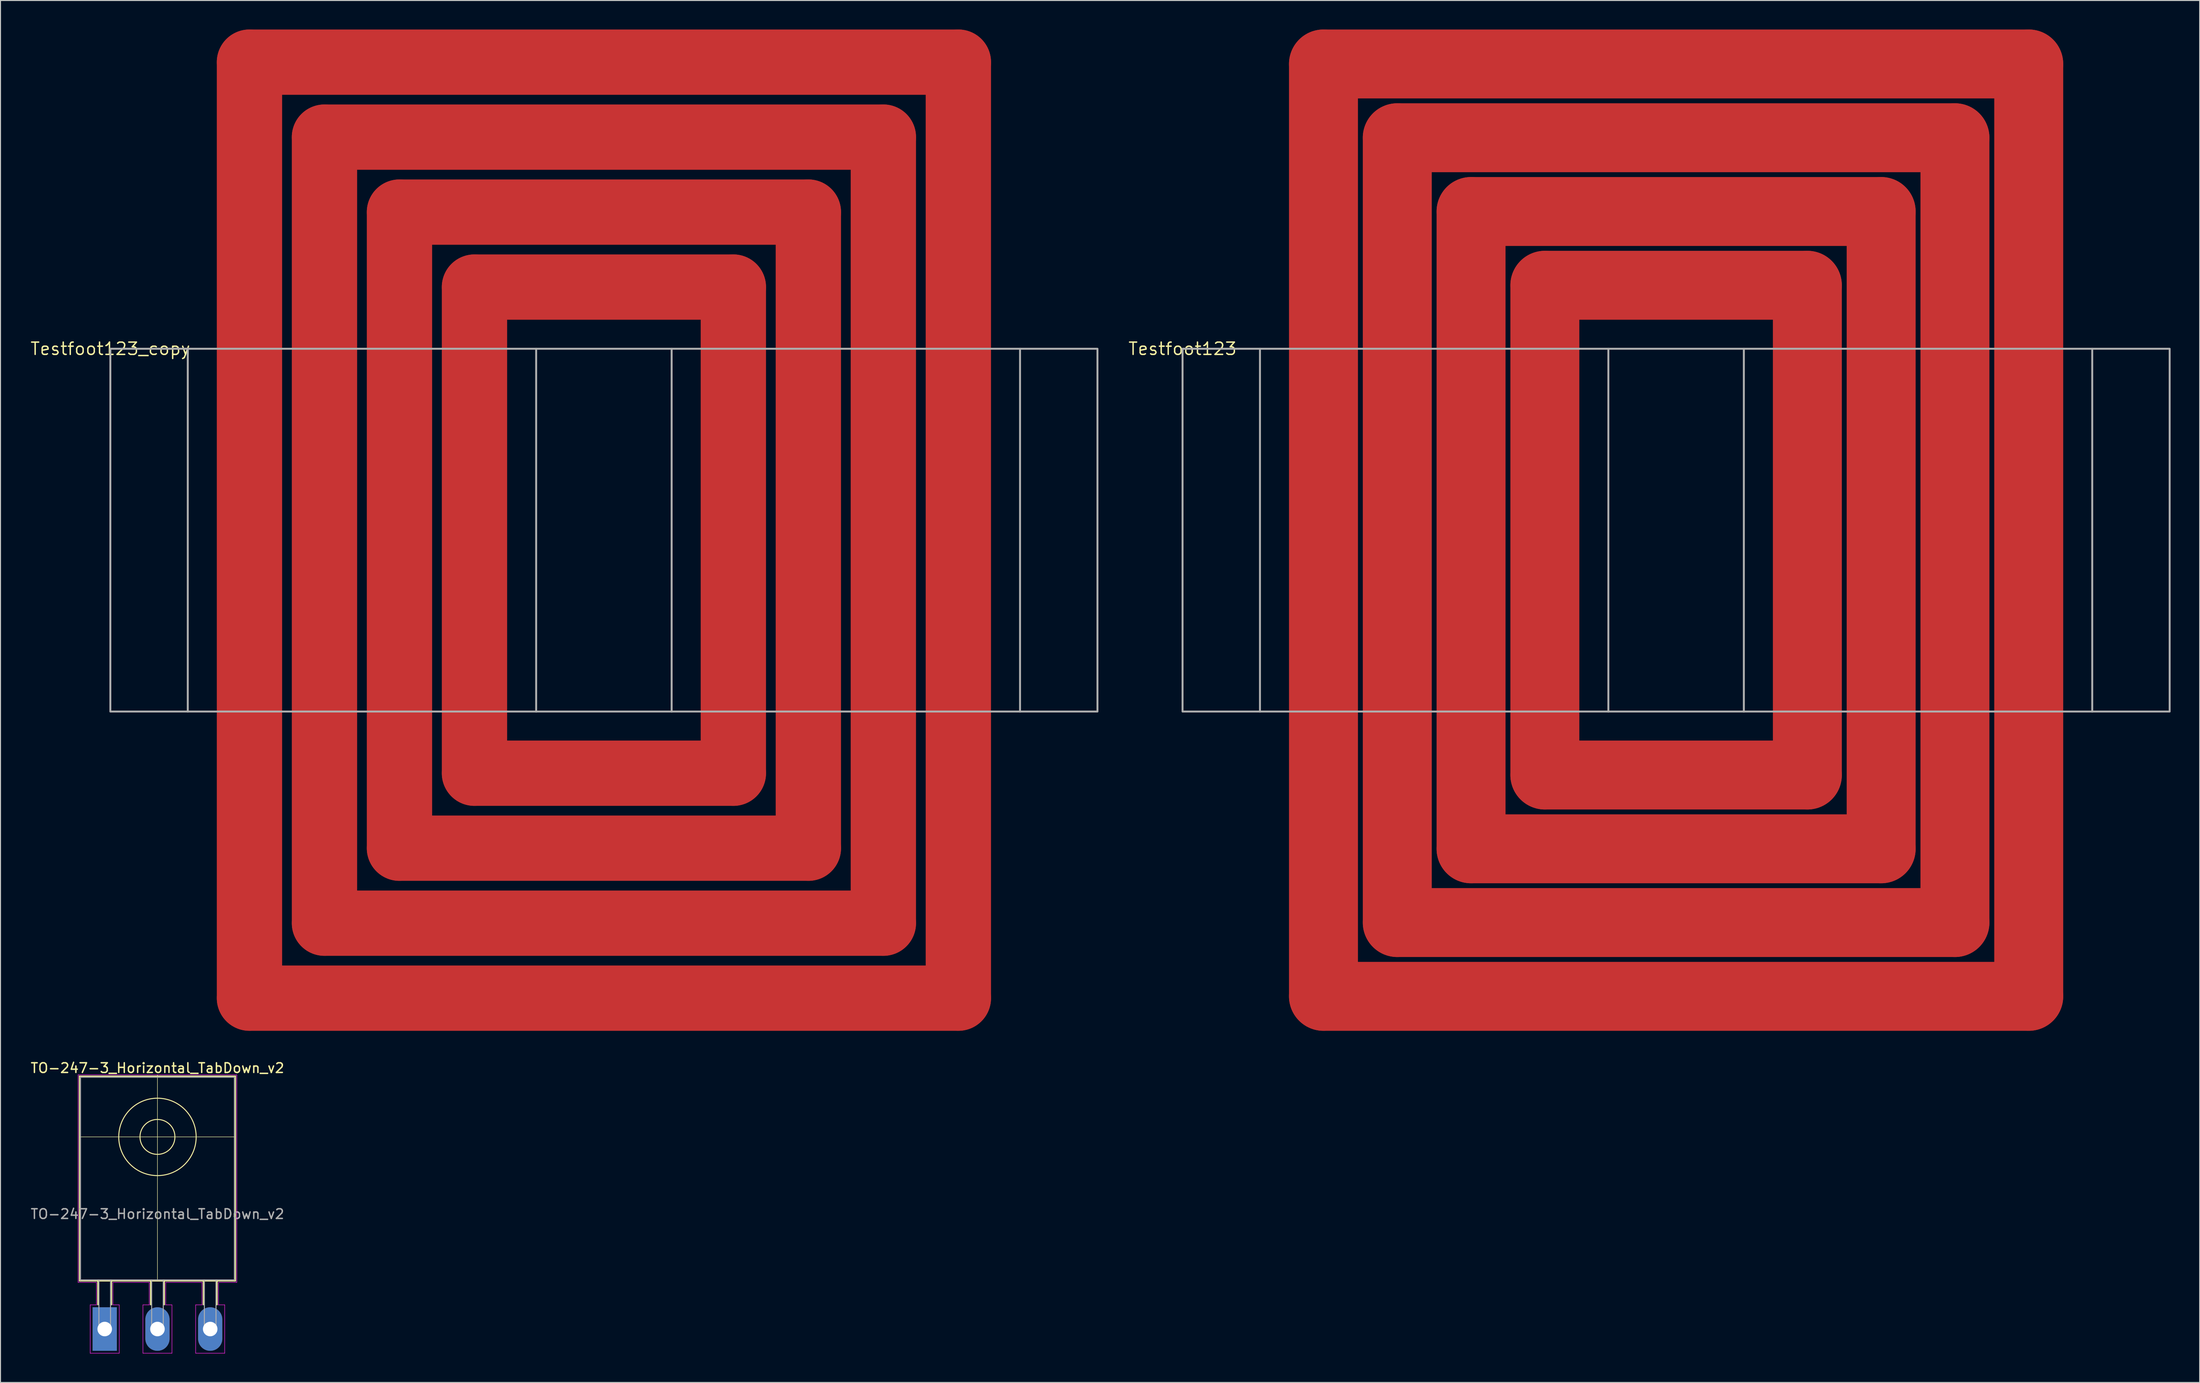
<source format=kicad_pcb>
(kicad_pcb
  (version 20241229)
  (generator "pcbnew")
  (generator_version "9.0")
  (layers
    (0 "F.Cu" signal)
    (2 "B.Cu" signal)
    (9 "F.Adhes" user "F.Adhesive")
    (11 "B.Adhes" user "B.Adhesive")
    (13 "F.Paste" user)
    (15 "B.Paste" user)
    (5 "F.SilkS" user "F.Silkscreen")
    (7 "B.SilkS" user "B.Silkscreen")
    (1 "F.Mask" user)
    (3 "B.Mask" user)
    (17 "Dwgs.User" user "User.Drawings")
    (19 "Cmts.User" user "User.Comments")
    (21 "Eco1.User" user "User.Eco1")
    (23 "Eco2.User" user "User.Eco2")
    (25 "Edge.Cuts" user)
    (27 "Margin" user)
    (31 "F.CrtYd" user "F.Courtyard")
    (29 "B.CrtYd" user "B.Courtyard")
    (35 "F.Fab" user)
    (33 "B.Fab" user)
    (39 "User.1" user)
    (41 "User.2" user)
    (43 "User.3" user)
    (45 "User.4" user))
  (footprint "Testfoot123"
    (layer "F.Cu")
    (at 119.145 33)
    (property "Reference" "Testfoot123" (at 0 0 0) (layer "F.SilkS") (effects (font (size 1.27 1.27) (thickness 0.15))))
    (fp_line (start 14.562 -29.438) (end 14.562 66.938) (stroke (width 7.125) (type default)) (layer "F.Cu"))
    (fp_line (start 14.562 66.938) (end 87.438 66.938) (stroke (width 7.125) (type default)) (layer "F.Cu"))
    (fp_line (start 22.188 -21.812) (end 22.188 59.312) (stroke (width 7.125) (type default)) (layer "F.Cu"))
    (fp_line (start 22.188 59.312) (end 79.812 59.312) (stroke (width 7.125) (type default)) (layer "F.Cu"))
    (fp_line (start 29.812 -14.188) (end 29.812 51.688) (stroke (width 7.125) (type default)) (layer "F.Cu"))
    (fp_line (start 29.812 51.688) (end 72.188 51.688) (stroke (width 7.125) (type default)) (layer "F.Cu"))
    (fp_line (start 37.438 -6.562) (end 37.438 44.062) (stroke (width 7.125) (type default)) (layer "F.Cu"))
    (fp_line (start 37.438 44.062) (end 64.562 44.062) (stroke (width 7.125) (type default)) (layer "F.Cu"))
    (fp_line (start 64.562 -6.562) (end 37.438 -6.562) (stroke (width 7.125) (type default)) (layer "F.Cu"))
    (fp_line (start 64.562 44.062) (end 64.562 -6.562) (stroke (width 7.125) (type default)) (layer "F.Cu"))
    (fp_line (start 72.188 -14.188) (end 29.812 -14.188) (stroke (width 7.125) (type default)) (layer "F.Cu"))
    (fp_line (start 72.188 51.688) (end 72.188 -14.188) (stroke (width 7.125) (type default)) (layer "F.Cu"))
    (fp_line (start 79.812 -21.812) (end 22.188 -21.812) (stroke (width 7.125) (type default)) (layer "F.Cu"))
    (fp_line (start 79.812 59.312) (end 79.812 -21.812) (stroke (width 7.125) (type default)) (layer "F.Cu"))
    (fp_line (start 87.438 -29.438) (end 14.562 -29.438) (stroke (width 7.125) (type default)) (layer "F.Cu"))
    (fp_line (start 87.438 66.938) (end 87.438 -29.438) (stroke (width 7.125) (type default)) (layer "F.Cu"))
    (fp_line (start 8 0) (end 8 37.5) (stroke (width 0.2) (type default)) (layer "F.Fab"))
    (fp_line (start 44 0) (end 44 37.5) (stroke (width 0.2) (type default)) (layer "F.Fab"))
    (fp_line (start 58 0) (end 58 37.5) (stroke (width 0.2) (type default)) (layer "F.Fab"))
    (fp_line (start 94 0) (end 94 37.5) (stroke (width 0.2) (type default)) (layer "F.Fab"))
    (fp_rect (start 0 0) (end 102 37.5) (stroke (width 0.2) (type solid)) (fill no) (layer "F.Fab")))
  (footprint "TO-247-3_Horizontal_TabDown_v2"
    (layer "F.Cu")
    (at 7.77 134.328)
    (property "Reference" "TO-247-3_Horizontal_TabDown_v2" (at 5.45 -26.98 0) (layer "F.SilkS") (effects (font (size 1 1) (thickness 0.15))))
    (attr through_hole)
    (fp_line (start -2.61 -26.14) (end 13.51 -26.14) (stroke (width 0.12) (type solid)) (layer "F.SilkS"))
    (fp_line (start -2.61 -4.97) (end -2.61 -26.14) (stroke (width 0.12) (type solid)) (layer "F.SilkS"))
    (fp_line (start -2.61 -4.97) (end 13.51 -4.97) (stroke (width 0.12) (type solid)) (layer "F.SilkS"))
    (fp_line (start -2.59 -19.86) (end 13.47 -19.86) (stroke (width 0.05) (type default)) (layer "F.SilkS"))
    (fp_line (start -0.71 -4.97) (end -0.71 -2.51) (stroke (width 0.12) (type solid)) (layer "F.SilkS"))
    (fp_line (start 0.71 -4.97) (end 0.71 -2.51) (stroke (width 0.12) (type solid)) (layer "F.SilkS"))
    (fp_line (start 4.74 -4.97) (end 4.74 -2.51) (stroke (width 0.12) (type solid)) (layer "F.SilkS"))
    (fp_line (start 5.45 -26.28) (end 5.45 -4.97) (stroke (width 0.05) (type solid)) (layer "F.SilkS"))
    (fp_line (start 6.16 -4.97) (end 6.16 -2.51) (stroke (width 0.12) (type solid)) (layer "F.SilkS"))
    (fp_line (start 10.19 -4.97) (end 10.19 -2.51) (stroke (width 0.12) (type solid)) (layer "F.SilkS"))
    (fp_line (start 11.61 -4.97) (end 11.61 -2.51) (stroke (width 0.12) (type solid)) (layer "F.SilkS"))
    (fp_line (start 13.51 -4.97) (end 13.51 -26.14) (stroke (width 0.12) (type solid)) (layer "F.SilkS"))
    (fp_circle (center 5.45 -19.86) (end 7.255 -19.86) (stroke (width 0.1) (type solid)) (fill no) (layer "F.SilkS"))
    (fp_circle (center 5.45 -19.86) (end 9.45 -19.86) (stroke (width 0.1) (type solid)) (fill no) (layer "F.SilkS"))
    (fp_line (start -2.75 -26.28) (end 13.65 -26.28) (stroke (width 0.05) (type solid)) (layer "F.CrtYd"))
    (fp_line (start -2.75 -4.82) (end -2.75 -26.28) (stroke (width 0.05) (type solid)) (layer "F.CrtYd"))
    (fp_line (start -1.5 -2.5) (end -0.85 -2.5) (stroke (width 0.05) (type solid)) (layer "F.CrtYd"))
    (fp_line (start -1.5 2.5) (end -1.5 -2.5) (stroke (width 0.05) (type solid)) (layer "F.CrtYd"))
    (fp_line (start -0.85 -4.82) (end -2.75 -4.82) (stroke (width 0.05) (type solid)) (layer "F.CrtYd"))
    (fp_line (start -0.85 -2.5) (end -0.85 -4.82) (stroke (width 0.05) (type solid)) (layer "F.CrtYd"))
    (fp_line (start 0.85 -4.82) (end 0.85 -2.5) (stroke (width 0.05) (type solid)) (layer "F.CrtYd"))
    (fp_line (start 0.85 -2.5) (end 1.5 -2.5) (stroke (width 0.05) (type solid)) (layer "F.CrtYd"))
    (fp_line (start 1.5 -2.5) (end 1.5 2.5) (stroke (width 0.05) (type solid)) (layer "F.CrtYd"))
    (fp_line (start 1.5 2.5) (end -1.5 2.5) (stroke (width 0.05) (type solid)) (layer "F.CrtYd"))
    (fp_line (start 3.95 -2.5) (end 4.6 -2.5) (stroke (width 0.05) (type solid)) (layer "F.CrtYd"))
    (fp_line (start 3.95 2.5) (end 3.95 -2.5) (stroke (width 0.05) (type solid)) (layer "F.CrtYd"))
    (fp_line (start 4.6 -4.82) (end 0.85 -4.82) (stroke (width 0.05) (type solid)) (layer "F.CrtYd"))
    (fp_line (start 4.6 -2.5) (end 4.6 -4.82) (stroke (width 0.05) (type solid)) (layer "F.CrtYd"))
    (fp_line (start 6.3 -4.82) (end 6.3 -2.5) (stroke (width 0.05) (type solid)) (layer "F.CrtYd"))
    (fp_line (start 6.3 -2.5) (end 6.95 -2.5) (stroke (width 0.05) (type solid)) (layer "F.CrtYd"))
    (fp_line (start 6.95 -2.5) (end 6.95 2.5) (stroke (width 0.05) (type solid)) (layer "F.CrtYd"))
    (fp_line (start 6.95 2.5) (end 3.95 2.5) (stroke (width 0.05) (type solid)) (layer "F.CrtYd"))
    (fp_line (start 9.4 -2.5) (end 10.05 -2.5) (stroke (width 0.05) (type solid)) (layer "F.CrtYd"))
    (fp_line (start 9.4 2.5) (end 9.4 -2.5) (stroke (width 0.05) (type solid)) (layer "F.CrtYd"))
    (fp_line (start 10.05 -4.82) (end 6.3 -4.82) (stroke (width 0.05) (type solid)) (layer "F.CrtYd"))
    (fp_line (start 10.05 -2.5) (end 10.05 -4.82) (stroke (width 0.05) (type solid)) (layer "F.CrtYd"))
    (fp_line (start 11.75 -4.82) (end 11.75 -2.5) (stroke (width 0.05) (type solid)) (layer "F.CrtYd"))
    (fp_line (start 11.75 -2.5) (end 12.4 -2.5) (stroke (width 0.05) (type solid)) (layer "F.CrtYd"))
    (fp_line (start 12.4 -2.5) (end 12.4 2.5) (stroke (width 0.05) (type solid)) (layer "F.CrtYd"))
    (fp_line (start 12.4 2.5) (end 9.4 2.5) (stroke (width 0.05) (type solid)) (layer "F.CrtYd"))
    (fp_line (start 13.65 -26.28) (end 13.65 -4.82) (stroke (width 0.05) (type solid)) (layer "F.CrtYd"))
    (fp_line (start 13.65 -4.82) (end 11.75 -4.82) (stroke (width 0.05) (type solid)) (layer "F.CrtYd"))
    (fp_rect (start -2.5 -26.03) (end 13.4 -5.08) (stroke (width 0.1) (type solid)) (fill no) (layer "F.Fab"))
    (fp_rect (start -0.6 -5.08) (end 0.6 0) (stroke (width 0.1) (type solid)) (fill no) (layer "F.Fab"))
    (fp_rect (start 4.85 -5.08) (end 6.05 0) (stroke (width 0.1) (type solid)) (fill no) (layer "F.Fab"))
    (fp_rect (start 10.3 -5.08) (end 11.5 0) (stroke (width 0.1) (type solid)) (fill no) (layer "F.Fab"))
    (fp_text user "${REFERENCE}" (at 5.45 -11.89 0) (layer "F.Fab") (effects (font (size 1 1) (thickness 0.15))))
    (pad "1" thru_hole rect (at 0 0) (size 2.5 4.5) (drill 1.5) (layers "*.Cu" "*.Mask"))
    (pad "2" thru_hole oval (at 5.45 0) (size 2.5 4.5) (drill 1.5) (layers "*.Cu" "*.Mask"))
    (pad "3" thru_hole oval (at 10.9 0) (size 2.5 4.5) (drill 1.5) (layers "*.Cu" "*.Mask")))
  (footprint "Testfoot123_copy"
    (layer "F.Cu")
    (at 8.353 33)
    (property "Reference" "Testfoot123_copy" (at 0 0 0) (layer "F.SilkS") (effects (font (size 1.27 1.27) (thickness 0.15))))
    (fp_line (start 14.375 -29.625) (end 14.375 67.125) (stroke (width 6.75) (type default)) (layer "F.Cu"))
    (fp_line (start 14.375 -29.625) (end 87.625 -29.625) (stroke (width 6.75) (type default)) (layer "F.Cu"))
    (fp_line (start 14.375 67.125) (end 87.625 67.125) (stroke (width 6.75) (type default)) (layer "F.Cu"))
    (fp_line (start 22.125 -21.875) (end 22.125 59.375) (stroke (width 6.75) (type default)) (layer "F.Cu"))
    (fp_line (start 22.125 -21.875) (end 79.875 -21.875) (stroke (width 6.75) (type default)) (layer "F.Cu"))
    (fp_line (start 22.125 59.375) (end 79.875 59.375) (stroke (width 6.75) (type default)) (layer "F.Cu"))
    (fp_line (start 29.875 -14.125) (end 29.875 51.625) (stroke (width 6.75) (type default)) (layer "F.Cu"))
    (fp_line (start 29.875 -14.125) (end 72.125 -14.125) (stroke (width 6.75) (type default)) (layer "F.Cu"))
    (fp_line (start 29.875 51.625) (end 72.125 51.625) (stroke (width 6.75) (type default)) (layer "F.Cu"))
    (fp_line (start 37.625 -6.375) (end 37.625 43.875) (stroke (width 6.75) (type default)) (layer "F.Cu"))
    (fp_line (start 37.625 -6.375) (end 64.375 -6.375) (stroke (width 6.75) (type default)) (layer "F.Cu"))
    (fp_line (start 37.625 43.875) (end 64.375 43.875) (stroke (width 6.75) (type default)) (layer "F.Cu"))
    (fp_line (start 64.375 -6.375) (end 64.375 43.875) (stroke (width 6.75) (type default)) (layer "F.Cu"))
    (fp_line (start 72.125 -14.125) (end 72.125 51.625) (stroke (width 6.75) (type default)) (layer "F.Cu"))
    (fp_line (start 79.875 -21.875) (end 79.875 59.375) (stroke (width 6.75) (type default)) (layer "F.Cu"))
    (fp_line (start 87.625 -29.625) (end 87.625 67.125) (stroke (width 6.75) (type default)) (layer "F.Cu"))
    (fp_line (start 8 0) (end 8 37.5) (stroke (width 0.2) (type default)) (layer "F.Fab"))
    (fp_line (start 44 0) (end 44 37.5) (stroke (width 0.2) (type default)) (layer "F.Fab"))
    (fp_line (start 58 0) (end 58 37.5) (stroke (width 0.2) (type default)) (layer "F.Fab"))
    (fp_line (start 94 0) (end 94 37.5) (stroke (width 0.2) (type default)) (layer "F.Fab"))
    (fp_rect (start 0 0) (end 102 37.5) (stroke (width 0.2) (type solid)) (fill no) (layer "F.Fab")))
  (gr_rect
    (start -3 -3)
    (end 224.245 139.853)
    (stroke (width 0.1) (type default))
    (fill no)
    (layer "Edge.Cuts")))
</source>
